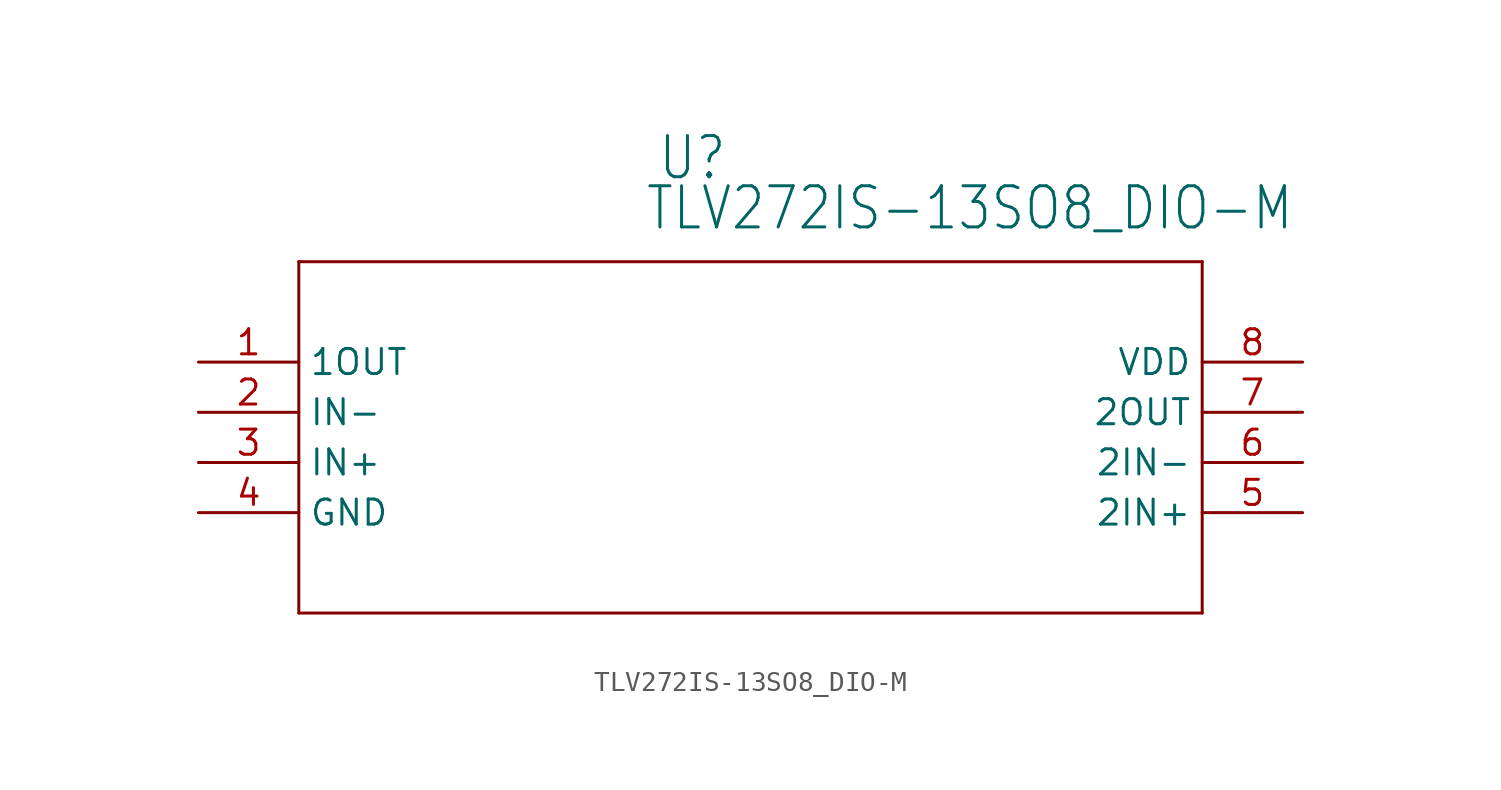
<source format=kicad_sym>
(kicad_symbol_lib
  (version 20211014)
  (generator kicad_symbol_editor)
  (symbol "TLV272IS-13SO8_DIO-M"
    (property "Reference" "U"
      (at 25.756 9.119 0)
      (effects (font (size 2.083 1.77)) (justify left bottom)))
    (property "Value" "TLV272IS-13SO8_DIO-M"
      (at 25.121 6.579 0)
      (effects (font (size 2.083 1.77)) (justify left bottom)))
    (property "ki_locked" ""
      (at 0 0 0)
      (effects (font (size 1.27 1.27))))
    (symbol "TLV272IS-13SO8_DIO-M_1_0"
      (polyline (pts (xy 7.62 -12.7) (xy 53.34 -12.7)) (stroke (width 0.152) (type default) (color 0 0 0 0)) (fill (type none)))
      (polyline (pts (xy 7.62 5.08) (xy 7.62 -12.7)) (stroke (width 0.152) (type default) (color 0 0 0 0)) (fill (type none)))
      (polyline (pts (xy 53.34 -12.7) (xy 53.34 5.08)) (stroke (width 0.152) (type default) (color 0 0 0 0)) (fill (type none)))
      (polyline (pts (xy 53.34 5.08) (xy 7.62 5.08)) (stroke (width 0.152) (type default) (color 0 0 0 0)) (fill (type none)))
      (pin output line (at 2.54 0 0) (length 5.08) (name "1OUT" (effects (font (size 1.27 1.27)))) (number "1" (effects (font (size 1.27 1.27)))))
      (pin input line (at 2.54 -2.54 0) (length 5.08) (name "IN-" (effects (font (size 1.27 1.27)))) (number "2" (effects (font (size 1.27 1.27)))))
      (pin input line (at 2.54 -5.08 0) (length 5.08) (name "IN+" (effects (font (size 1.27 1.27)))) (number "3" (effects (font (size 1.27 1.27)))))
      (pin power_in line (at 2.54 -7.62 0) (length 5.08) (name "GND" (effects (font (size 1.27 1.27)))) (number "4" (effects (font (size 1.27 1.27)))))
      (pin input line (at 58.42 -7.62 180) (length 5.08) (name "2IN+" (effects (font (size 1.27 1.27)))) (number "5" (effects (font (size 1.27 1.27)))))
      (pin input line (at 58.42 -5.08 180) (length 5.08) (name "2IN-" (effects (font (size 1.27 1.27)))) (number "6" (effects (font (size 1.27 1.27)))))
      (pin output line (at 58.42 -2.54 180) (length 5.08) (name "2OUT" (effects (font (size 1.27 1.27)))) (number "7" (effects (font (size 1.27 1.27)))))
      (pin power_in line (at 58.42 0 180) (length 5.08) (name "VDD" (effects (font (size 1.27 1.27)))) (number "8" (effects (font (size 1.27 1.27))))))))
</source>
